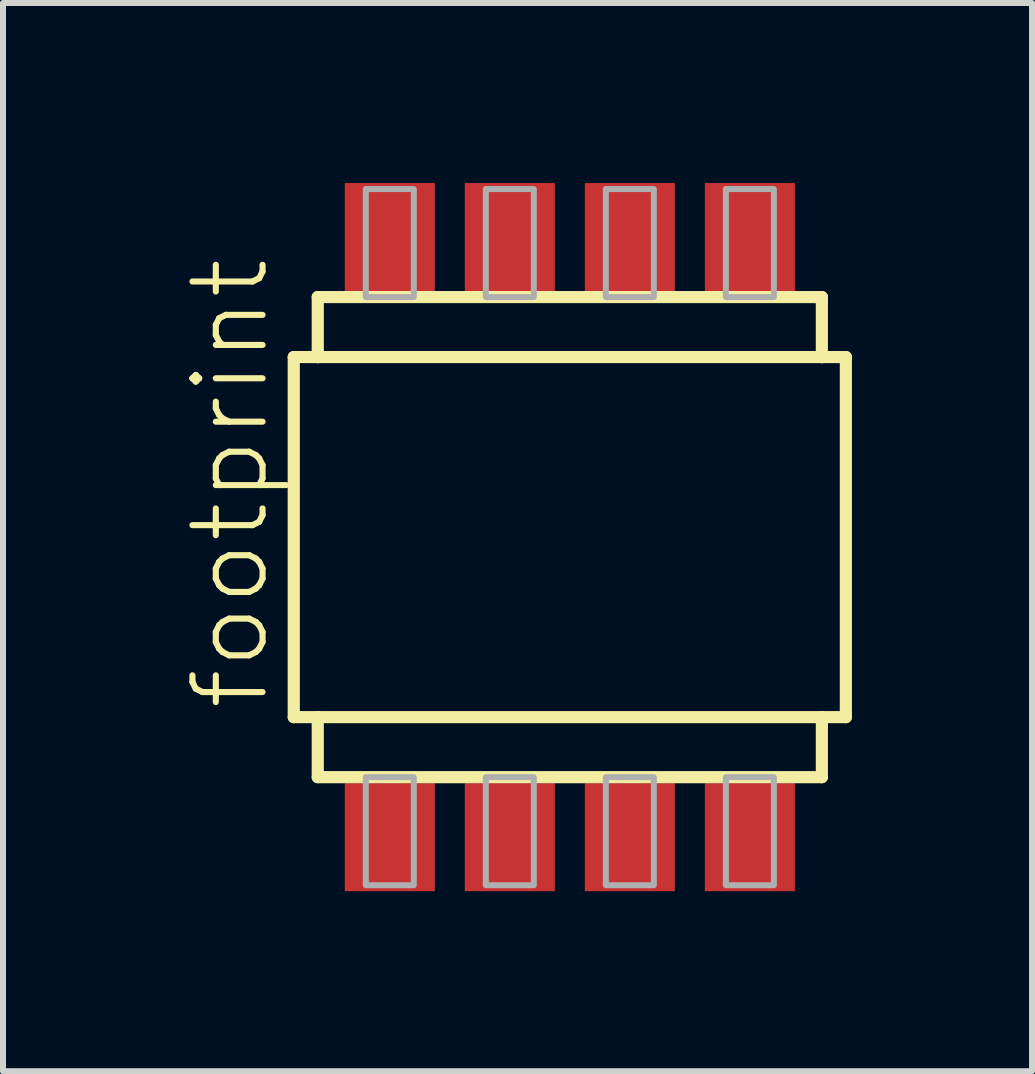
<source format=kicad_pcb>
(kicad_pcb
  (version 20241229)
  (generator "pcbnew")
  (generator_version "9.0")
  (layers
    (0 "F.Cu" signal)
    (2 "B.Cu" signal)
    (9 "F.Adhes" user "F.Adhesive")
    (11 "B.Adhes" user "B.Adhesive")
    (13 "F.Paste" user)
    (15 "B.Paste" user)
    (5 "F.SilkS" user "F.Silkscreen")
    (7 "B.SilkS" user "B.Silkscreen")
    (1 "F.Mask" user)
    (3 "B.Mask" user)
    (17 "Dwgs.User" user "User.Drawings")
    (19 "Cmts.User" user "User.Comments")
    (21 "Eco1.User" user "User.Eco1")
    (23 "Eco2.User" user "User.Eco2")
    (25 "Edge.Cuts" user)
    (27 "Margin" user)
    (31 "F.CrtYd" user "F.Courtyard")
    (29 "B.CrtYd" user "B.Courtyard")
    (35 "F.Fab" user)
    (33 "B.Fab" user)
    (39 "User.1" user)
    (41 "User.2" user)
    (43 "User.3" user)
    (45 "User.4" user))
  (footprint "footprint"
    (layer "F.Cu")
    (at 6.445 5.9)
    (property "Reference" "footprint" (at -4.972 2.927 90) (layer "F.SilkS") (effects (font (size 1.168 1.168) (thickness 0.102)) (justify left bottom)))
    (fp_line (start -4.6 -3) (end -4.2 -3) (stroke (width 0.203) (type solid)) (layer "F.SilkS"))
    (fp_line (start -4.6 3) (end -4.6 -3) (stroke (width 0.203) (type solid)) (layer "F.SilkS"))
    (fp_line (start -4.2 -4) (end 4.2 -4) (stroke (width 0.203) (type solid)) (layer "F.SilkS"))
    (fp_line (start -4.2 -3) (end -4.2 -4) (stroke (width 0.203) (type solid)) (layer "F.SilkS"))
    (fp_line (start -4.2 -3) (end 4.2 -3) (stroke (width 0.203) (type solid)) (layer "F.SilkS"))
    (fp_line (start -4.2 3) (end -4.6 3) (stroke (width 0.203) (type solid)) (layer "F.SilkS"))
    (fp_line (start -4.2 3) (end 4.2 3) (stroke (width 0.203) (type solid)) (layer "F.SilkS"))
    (fp_line (start -4.2 4) (end -4.2 3) (stroke (width 0.203) (type solid)) (layer "F.SilkS"))
    (fp_line (start 4.2 -4) (end 4.2 -3) (stroke (width 0.203) (type solid)) (layer "F.SilkS"))
    (fp_line (start 4.2 -3) (end 4.6 -3) (stroke (width 0.203) (type solid)) (layer "F.SilkS"))
    (fp_line (start 4.2 3) (end 4.2 4) (stroke (width 0.203) (type solid)) (layer "F.SilkS"))
    (fp_line (start 4.2 4) (end -4.2 4) (stroke (width 0.203) (type solid)) (layer "F.SilkS"))
    (fp_line (start 4.6 -3) (end 4.6 3) (stroke (width 0.203) (type solid)) (layer "F.SilkS"))
    (fp_line (start 4.6 3) (end 4.2 3) (stroke (width 0.203) (type solid)) (layer "F.SilkS"))
    (fp_poly (pts (xy -3.4 -4) (xy -2.6 -4) (xy -2.6 -5.8) (xy -3.4 -5.8)) (stroke (width 0.1) (type solid)) (fill no) (layer "F.Fab"))
    (fp_poly (pts (xy -3.4 5.8) (xy -2.6 5.8) (xy -2.6 4) (xy -3.4 4)) (stroke (width 0.1) (type solid)) (fill no) (layer "F.Fab"))
    (fp_poly (pts (xy -1.4 -4) (xy -0.6 -4) (xy -0.6 -5.8) (xy -1.4 -5.8)) (stroke (width 0.1) (type solid)) (fill no) (layer "F.Fab"))
    (fp_poly (pts (xy -1.4 5.8) (xy -0.6 5.8) (xy -0.6 4) (xy -1.4 4)) (stroke (width 0.1) (type solid)) (fill no) (layer "F.Fab"))
    (fp_poly (pts (xy 0.6 -4) (xy 1.4 -4) (xy 1.4 -5.8) (xy 0.6 -5.8)) (stroke (width 0.1) (type solid)) (fill no) (layer "F.Fab"))
    (fp_poly (pts (xy 0.6 5.8) (xy 1.4 5.8) (xy 1.4 4) (xy 0.6 4)) (stroke (width 0.1) (type solid)) (fill no) (layer "F.Fab"))
    (fp_poly (pts (xy 2.6 -4) (xy 3.4 -4) (xy 3.4 -5.8) (xy 2.6 -5.8)) (stroke (width 0.1) (type solid)) (fill no) (layer "F.Fab"))
    (fp_poly (pts (xy 2.6 5.8) (xy 3.4 5.8) (xy 3.4 4) (xy 2.6 4)) (stroke (width 0.1) (type solid)) (fill no) (layer "F.Fab"))
    (pad "1" smd rect (at -3 -5) (size 1.5 1.8) (layers "F.Cu" "F.Mask" "F.Paste"))
    (pad "2" smd rect (at -1 -5) (size 1.5 1.8) (layers "F.Cu" "F.Mask" "F.Paste"))
    (pad "3" smd rect (at 1 -5) (size 1.5 1.8) (layers "F.Cu" "F.Mask" "F.Paste"))
    (pad "4" smd rect (at 3 -5) (size 1.5 1.8) (layers "F.Cu" "F.Mask" "F.Paste"))
    (pad "5" smd rect (at 3 5) (size 1.5 1.8) (layers "F.Cu" "F.Mask" "F.Paste"))
    (pad "6" smd rect (at 1 5) (size 1.5 1.8) (layers "F.Cu" "F.Mask" "F.Paste"))
    (pad "7" smd rect (at -1 5) (size 1.5 1.8) (layers "F.Cu" "F.Mask" "F.Paste"))
    (pad "8" smd rect (at -3 5) (size 1.5 1.8) (layers "F.Cu" "F.Mask" "F.Paste")))
  (gr_rect
    (start -3 -3)
    (end 14.147 14.8)
    (stroke (width 0.1) (type default))
    (fill no)
    (layer "Edge.Cuts")))
</source>
